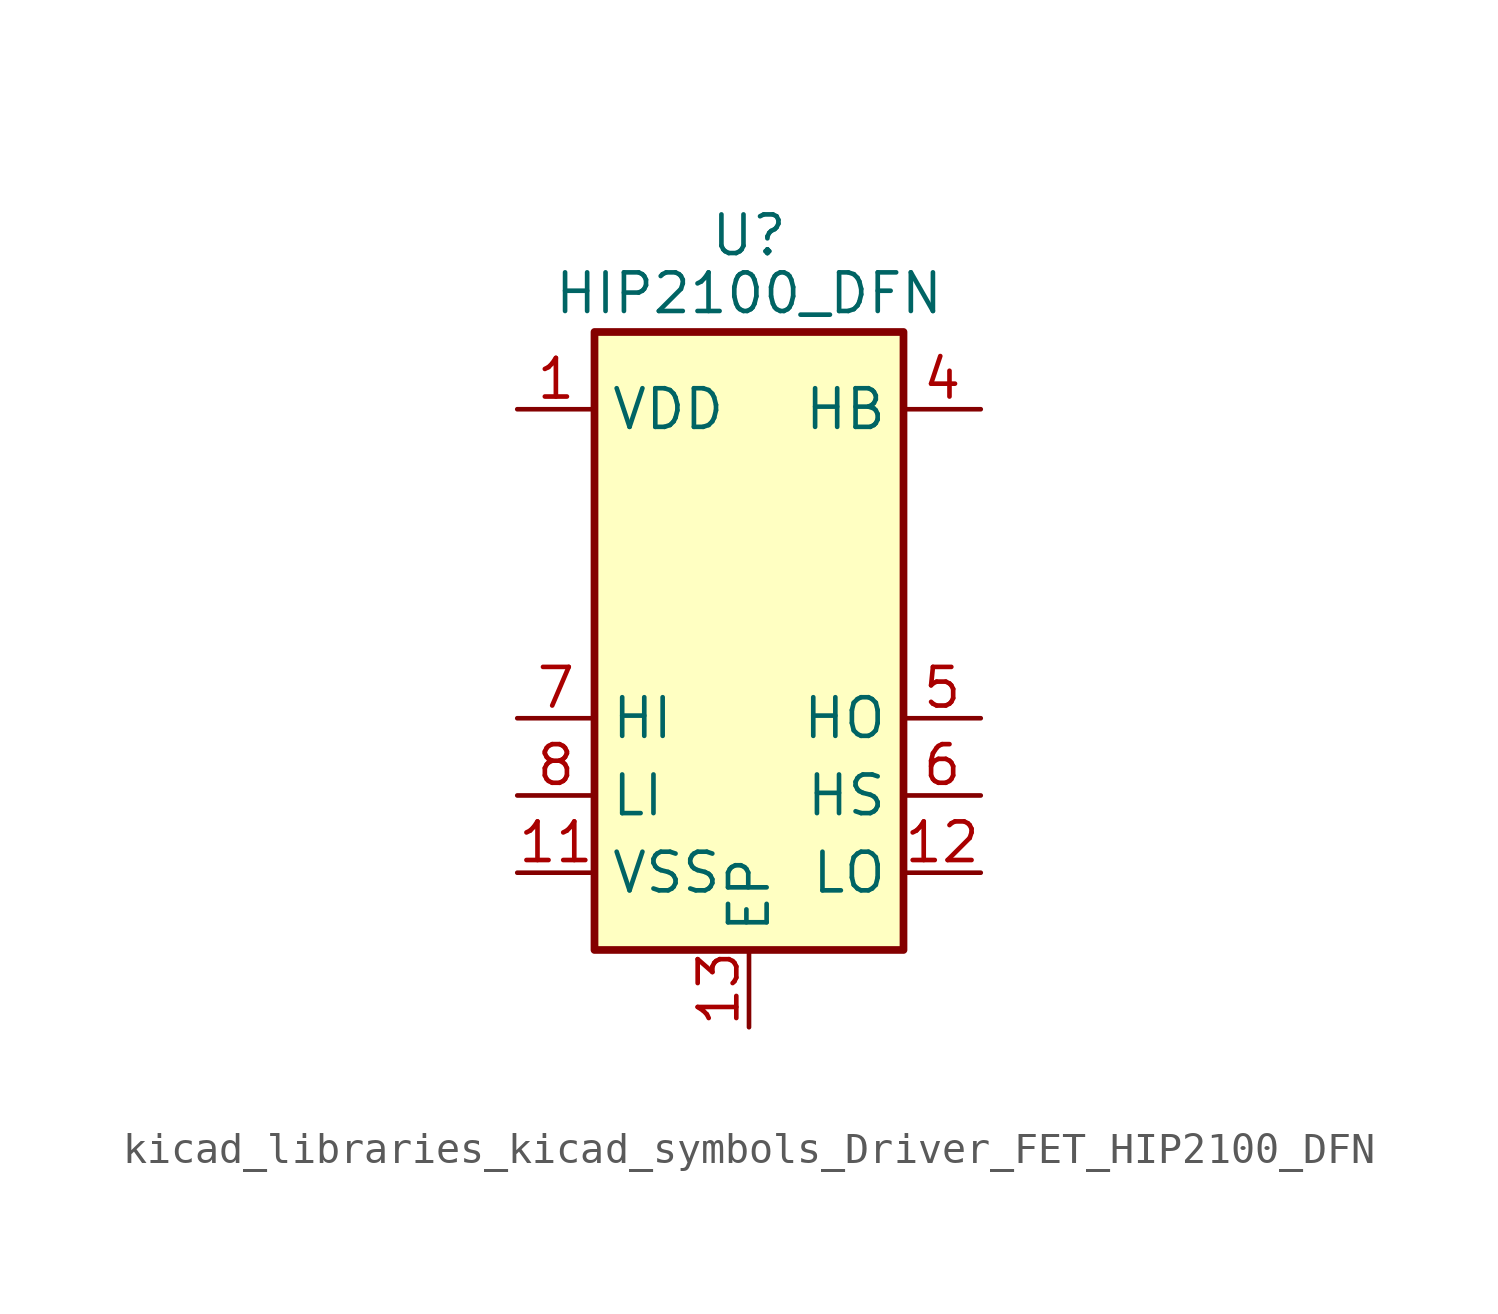
<source format=kicad_sym>
(kicad_symbol_lib
  (version 20220914)
  (generator kicad_symbol_editor)
  (symbol "kicad_libraries_kicad_symbols_Driver_FET_HIP2100_DFN"
    (property "Reference" "U"
      (at 0 13.335 0)
      (effects (font (size 1.27 1.27))))
    (property "Value" "HIP2100_DFN"
      (at 0 11.43 0)
      (effects (font (size 1.27 1.27))))
    (symbol "kicad_libraries_kicad_symbols_Driver_FET_HIP2100_DFN_0_1"
      (rectangle (start -5.08 -10.16) (end 5.08 10.16) (stroke (width 0.254) (type default)) (fill (type background))))
    (symbol "kicad_libraries_kicad_symbols_Driver_FET_HIP2100_DFN_1_1"
      (pin power_in line (at -7.62 7.62 0) (length 2.54) (name "VDD" (effects (font (size 1.27 1.27)))) (number "1" (effects (font (size 1.27 1.27)))))
      (pin no_connect line (at 5.08 2.54 180) (length 2.54) hide (name "NC" (effects (font (size 1.27 1.27)))) (number "10" (effects (font (size 1.27 1.27)))))
      (pin power_in line (at -7.62 -7.62 0) (length 2.54) (name "VSS" (effects (font (size 1.27 1.27)))) (number "11" (effects (font (size 1.27 1.27)))))
      (pin output line (at 7.62 -7.62 180) (length 2.54) (name "LO" (effects (font (size 1.27 1.27)))) (number "12" (effects (font (size 1.27 1.27)))))
      (pin output line (at 0 -12.7 90) (length 2.54) (name "EP" (effects (font (size 1.27 1.27)))) (number "13" (effects (font (size 1.27 1.27)))))
      (pin no_connect line (at -5.08 5.08 0) (length 2.54) hide (name "NC" (effects (font (size 1.27 1.27)))) (number "2" (effects (font (size 1.27 1.27)))))
      (pin no_connect line (at -5.08 2.54 0) (length 2.54) hide (name "NC" (effects (font (size 1.27 1.27)))) (number "3" (effects (font (size 1.27 1.27)))))
      (pin passive line (at 7.62 7.62 180) (length 2.54) (name "HB" (effects (font (size 1.27 1.27)))) (number "4" (effects (font (size 1.27 1.27)))))
      (pin output line (at 7.62 -2.54 180) (length 2.54) (name "HO" (effects (font (size 1.27 1.27)))) (number "5" (effects (font (size 1.27 1.27)))))
      (pin passive line (at 7.62 -5.08 180) (length 2.54) (name "HS" (effects (font (size 1.27 1.27)))) (number "6" (effects (font (size 1.27 1.27)))))
      (pin input line (at -7.62 -2.54 0) (length 2.54) (name "HI" (effects (font (size 1.27 1.27)))) (number "7" (effects (font (size 1.27 1.27)))))
      (pin input line (at -7.62 -5.08 0) (length 2.54) (name "LI" (effects (font (size 1.27 1.27)))) (number "8" (effects (font (size 1.27 1.27)))))
      (pin no_connect line (at 5.08 5.08 180) (length 2.54) hide (name "NC" (effects (font (size 1.27 1.27)))) (number "9" (effects (font (size 1.27 1.27))))))))
</source>
